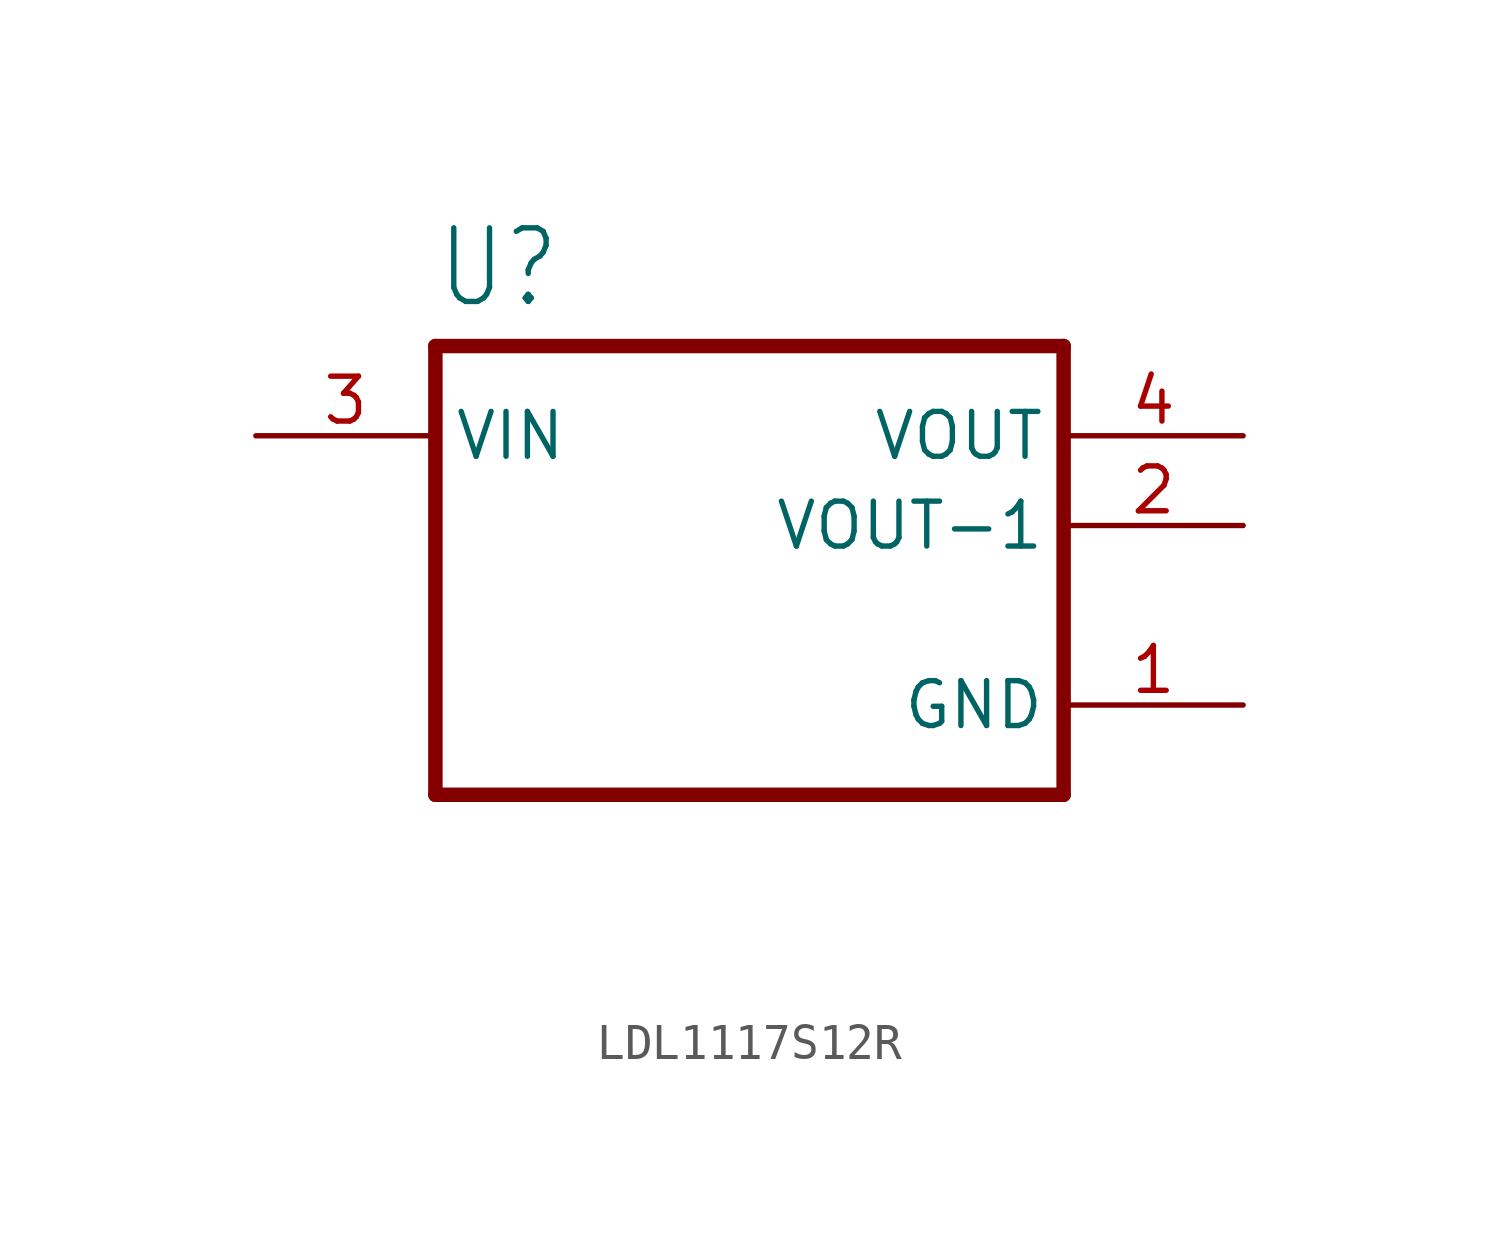
<source format=kicad_sym>
(kicad_symbol_lib
  (version 20220914)
  (generator kicad_symbol_editor)
  (symbol "LDL1117S12R"
    (property "Reference" "U"
      (at -17.781 8.62 0)
      (effects (font (size 2.083 1.77)) (justify left bottom)))
    (property "Value" ""
      (at -17.806 -9.097 0)
      (effects (font (size 2.086 1.773)) (justify left bottom)))
    (property "ki_locked" ""
      (at 0 0 0)
      (effects (font (size 1.27 1.27))))
    (symbol "LDL1117S12R_1_0"
      (polyline (pts (xy -17.78 -5.08) (xy -17.78 7.62)) (stroke (width 0.41) (type solid)) (fill (type none)))
      (polyline (pts (xy -17.78 7.62) (xy 0 7.62)) (stroke (width 0.41) (type solid)) (fill (type none)))
      (polyline (pts (xy 0 -5.08) (xy -17.78 -5.08)) (stroke (width 0.41) (type solid)) (fill (type none)))
      (polyline (pts (xy 0 7.62) (xy 0 -5.08)) (stroke (width 0.41) (type solid)) (fill (type none)))
      (pin power_in line (at 5.08 -2.54 180) (length 5.08) (name "GND" (effects (font (size 1.27 1.27)))) (number "1" (effects (font (size 1.27 1.27)))))
      (pin output line (at 5.08 2.54 180) (length 5.08) (name "VOUT-1" (effects (font (size 1.27 1.27)))) (number "2" (effects (font (size 1.27 1.27)))))
      (pin input line (at -22.86 5.08 0) (length 5.08) (name "VIN" (effects (font (size 1.27 1.27)))) (number "3" (effects (font (size 1.27 1.27)))))
      (pin output line (at 5.08 5.08 180) (length 5.08) (name "VOUT" (effects (font (size 1.27 1.27)))) (number "4" (effects (font (size 1.27 1.27))))))))
</source>
